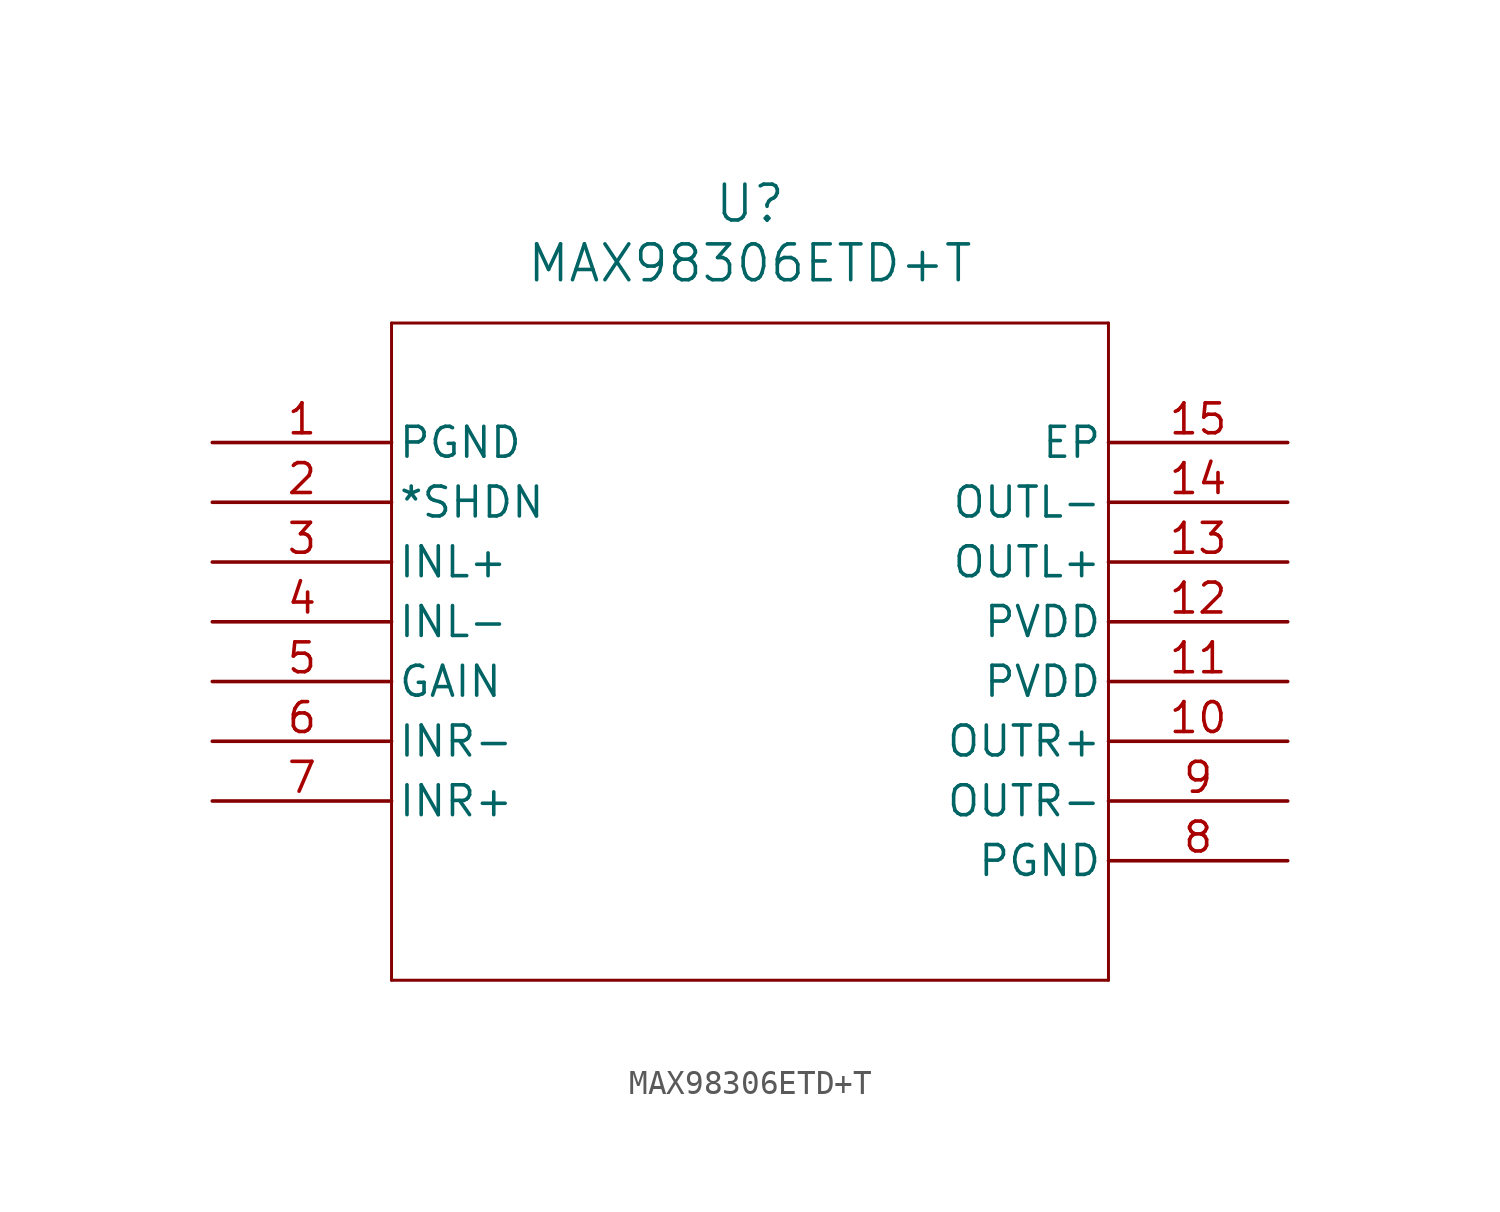
<source format=kicad_sym>
(kicad_symbol_lib
  (version 20211014)
  (generator kicad_symbol_editor)
  (symbol "MAX98306ETD+T"
    (pin_names
      (offset 0.254))
    (property "Reference" "U"
      (at 22.86 10.16 0)
      (effects (font (size 1.524 1.524))))
    (property "Value" "MAX98306ETD+T"
      (at 22.86 7.62 0)
      (effects (font (size 1.524 1.524))))
    (symbol "MAX98306ETD+T_0_1"
      (polyline (pts (xy 7.62 5.08) (xy 7.62 -22.86)) (stroke (width 0.127) (type default) (color 0 0 0 0)) (fill (type none)))
      (polyline (pts (xy 7.62 -22.86) (xy 38.1 -22.86)) (stroke (width 0.127) (type default) (color 0 0 0 0)) (fill (type none)))
      (polyline (pts (xy 38.1 -22.86) (xy 38.1 5.08)) (stroke (width 0.127) (type default) (color 0 0 0 0)) (fill (type none)))
      (polyline (pts (xy 38.1 5.08) (xy 7.62 5.08)) (stroke (width 0.127) (type default) (color 0 0 0 0)) (fill (type none)))
      (pin power_in line (at 0 0 0) (length 7.62) (name "PGND" (effects (font (size 1.27 1.27)))) (number "1" (effects (font (size 1.27 1.27)))))
      (pin unspecified line (at 0 -2.54 0) (length 7.62) (name "*SHDN" (effects (font (size 1.27 1.27)))) (number "2" (effects (font (size 1.27 1.27)))))
      (pin input line (at 0 -5.08 0) (length 7.62) (name "INL+" (effects (font (size 1.27 1.27)))) (number "3" (effects (font (size 1.27 1.27)))))
      (pin input line (at 0 -7.62 0) (length 7.62) (name "INL-" (effects (font (size 1.27 1.27)))) (number "4" (effects (font (size 1.27 1.27)))))
      (pin unspecified line (at 0 -10.16 0) (length 7.62) (name "GAIN" (effects (font (size 1.27 1.27)))) (number "5" (effects (font (size 1.27 1.27)))))
      (pin input line (at 0 -12.7 0) (length 7.62) (name "INR-" (effects (font (size 1.27 1.27)))) (number "6" (effects (font (size 1.27 1.27)))))
      (pin input line (at 0 -15.24 0) (length 7.62) (name "INR+" (effects (font (size 1.27 1.27)))) (number "7" (effects (font (size 1.27 1.27)))))
      (pin power_in line (at 45.72 -17.78 180) (length 7.62) (name "PGND" (effects (font (size 1.27 1.27)))) (number "8" (effects (font (size 1.27 1.27)))))
      (pin output line (at 45.72 -15.24 180) (length 7.62) (name "OUTR-" (effects (font (size 1.27 1.27)))) (number "9" (effects (font (size 1.27 1.27)))))
      (pin output line (at 45.72 -12.7 180) (length 7.62) (name "OUTR+" (effects (font (size 1.27 1.27)))) (number "10" (effects (font (size 1.27 1.27)))))
      (pin power_in line (at 45.72 -10.16 180) (length 7.62) (name "PVDD" (effects (font (size 1.27 1.27)))) (number "11" (effects (font (size 1.27 1.27)))))
      (pin power_in line (at 45.72 -7.62 180) (length 7.62) (name "PVDD" (effects (font (size 1.27 1.27)))) (number "12" (effects (font (size 1.27 1.27)))))
      (pin output line (at 45.72 -5.08 180) (length 7.62) (name "OUTL+" (effects (font (size 1.27 1.27)))) (number "13" (effects (font (size 1.27 1.27)))))
      (pin output line (at 45.72 -2.54 180) (length 7.62) (name "OUTL-" (effects (font (size 1.27 1.27)))) (number "14" (effects (font (size 1.27 1.27)))))
      (pin power_out line (at 45.72 0 180) (length 7.62) (name "EP" (effects (font (size 1.27 1.27)))) (number "15" (effects (font (size 1.27 1.27))))))))
</source>
